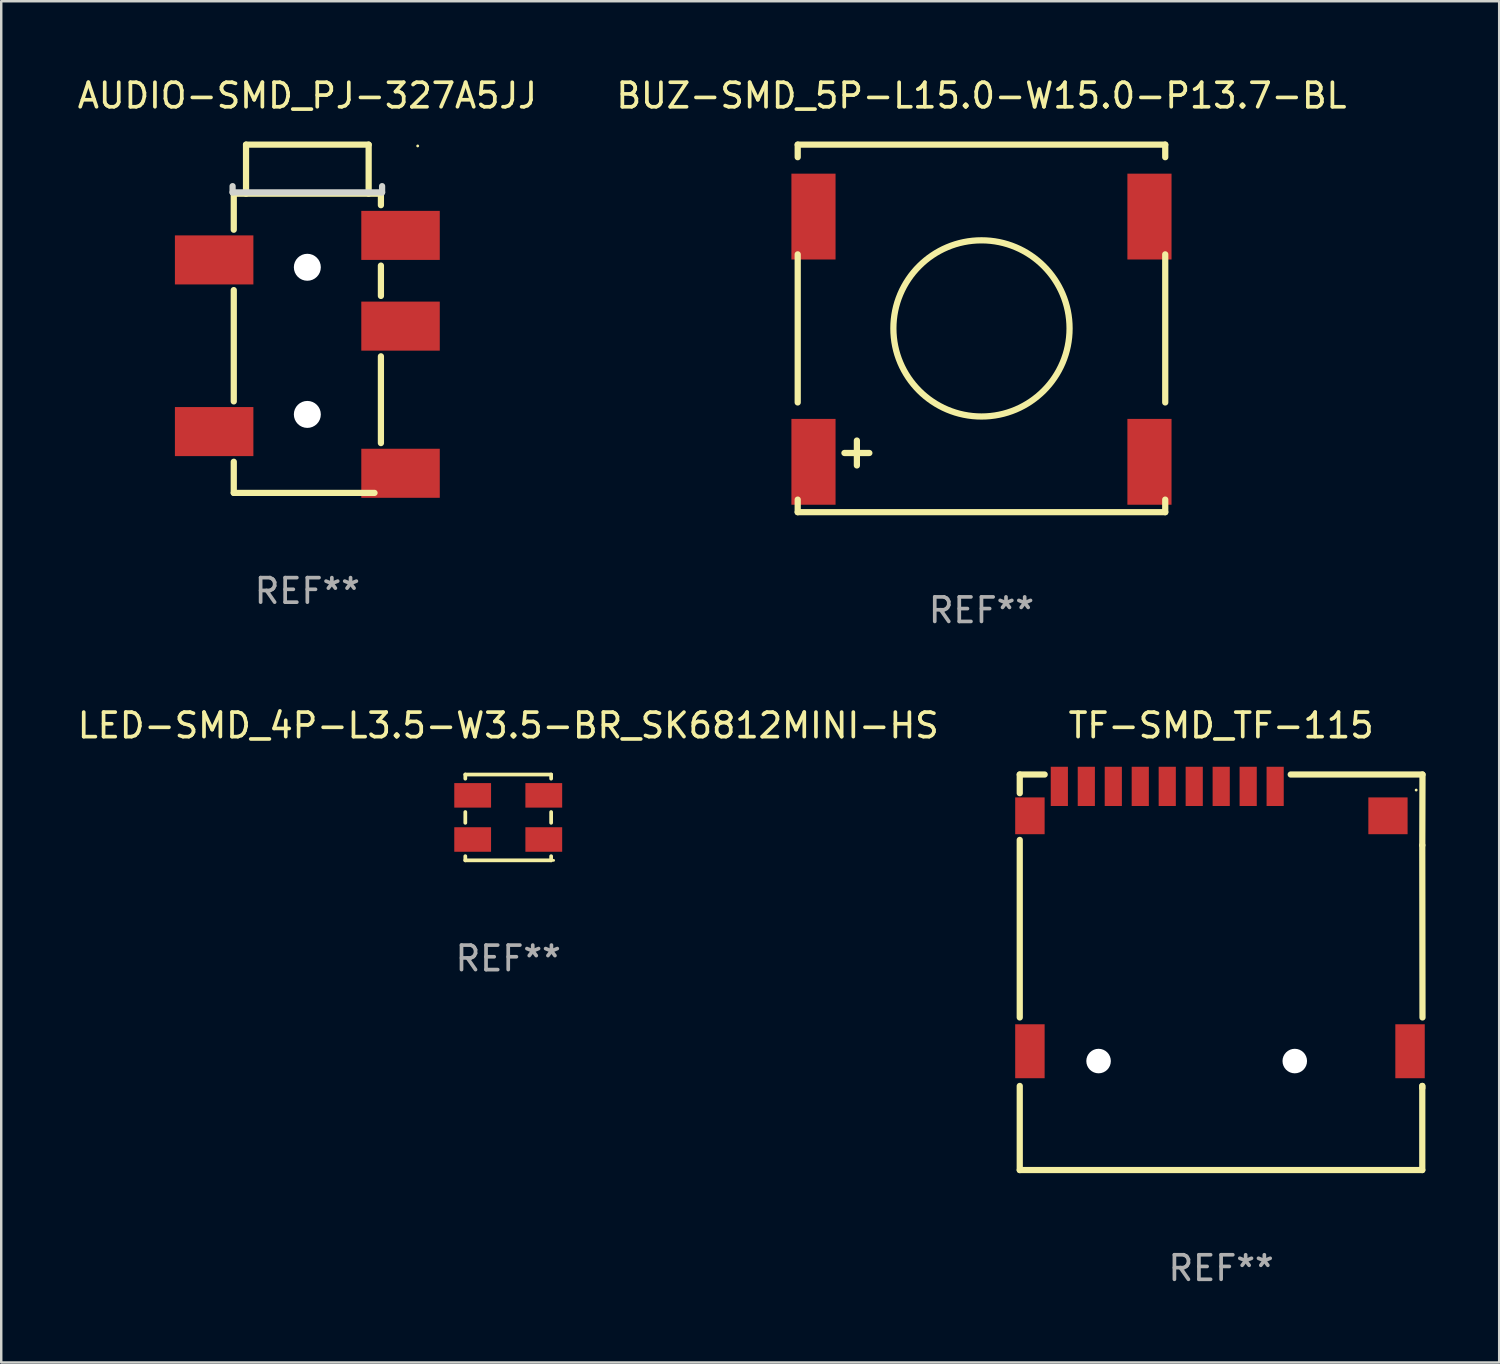
<source format=kicad_pcb>
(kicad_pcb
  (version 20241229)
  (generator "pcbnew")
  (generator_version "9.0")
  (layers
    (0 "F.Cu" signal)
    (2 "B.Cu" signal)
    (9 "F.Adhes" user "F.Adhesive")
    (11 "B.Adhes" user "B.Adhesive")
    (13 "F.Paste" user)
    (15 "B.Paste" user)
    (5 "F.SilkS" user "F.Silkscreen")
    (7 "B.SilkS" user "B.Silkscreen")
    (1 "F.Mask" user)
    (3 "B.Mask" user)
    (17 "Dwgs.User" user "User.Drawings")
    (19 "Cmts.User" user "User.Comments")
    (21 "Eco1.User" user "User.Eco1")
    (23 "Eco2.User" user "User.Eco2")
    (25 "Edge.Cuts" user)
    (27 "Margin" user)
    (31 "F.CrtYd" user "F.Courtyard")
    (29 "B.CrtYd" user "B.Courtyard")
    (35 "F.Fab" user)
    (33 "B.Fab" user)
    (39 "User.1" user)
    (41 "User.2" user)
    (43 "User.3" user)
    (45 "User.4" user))
  (footprint "BUZ-SMD_5P-L15.0-W15.0-P13.7-BL"
    (layer "F.Cu")
    (at 36.97 10.781)
    (property "Reference" "BUZ-SMD_5P-L15.0-W15.0-P13.7-BL" (at 0 -9.933 0) (layer "F.SilkS") (effects (font (size 1 1) (thickness 0.15))))
    (attr smd)
    (fp_line (start -7.493 -7.933) (end 7.493 -7.933) (stroke (width 0.254) (type solid)) (layer "F.SilkS"))
    (fp_line (start -7.493 -7.421) (end -7.493 -7.933) (stroke (width 0.254) (type solid)) (layer "F.SilkS"))
    (fp_line (start -7.493 2.579) (end -7.493 -3.459) (stroke (width 0.254) (type solid)) (layer "F.SilkS"))
    (fp_line (start -7.493 7.053) (end -7.493 6.541) (stroke (width 0.254) (type solid)) (layer "F.SilkS"))
    (fp_line (start -5.588 4.64) (end -4.572 4.64) (stroke (width 0.254) (type solid)) (layer "F.SilkS"))
    (fp_line (start -5.08 4.132) (end -5.08 5.148) (stroke (width 0.254) (type solid)) (layer "F.SilkS"))
    (fp_line (start 7.493 -7.933) (end 7.493 -7.421) (stroke (width 0.254) (type solid)) (layer "F.SilkS"))
    (fp_line (start 7.493 -3.459) (end 7.493 2.579) (stroke (width 0.254) (type solid)) (layer "F.SilkS"))
    (fp_line (start 7.493 6.541) (end 7.493 7.053) (stroke (width 0.254) (type solid)) (layer "F.SilkS"))
    (fp_line (start 7.493 7.053) (end -7.493 7.053) (stroke (width 0.254) (type solid)) (layer "F.SilkS"))
    (fp_circle (center -7.5 7.06) (end -7.47 7.06) (stroke (width 0.06) (type solid)) (fill no) (layer "F.SilkS"))
    (fp_circle (center 0.000127 -0.44) (end 3.592 -0.44) (stroke (width 0.254) (type solid)) (fill no) (layer "F.SilkS"))
    (fp_text user "REF**" (at 0 11.053 0) (layer "F.Fab") (effects (font (size 1 1) (thickness 0.15))))
    (pad "1" smd rect (at -6.85 5) (size 1.8 3.5) (layers "F.Cu" "F.Mask" "F.Paste"))
    (pad "2" smd rect (at 6.85 5) (size 1.8 3.5) (layers "F.Cu" "F.Mask" "F.Paste"))
    (pad "3" smd rect (at 6.85 -5) (size 1.8 3.5) (layers "F.Cu" "F.Mask" "F.Paste"))
    (pad "4" smd rect (at -6.85 -5) (size 1.8 3.5) (layers "F.Cu" "F.Mask" "F.Paste")))
  (footprint "LED-SMD_4P-L3.5-W3.5-BR_SK6812MINI-HS"
    (layer "F.Cu")
    (at 17.673 30.281)
    (property "Reference" "LED-SMD_4P-L3.5-W3.5-BR_SK6812MINI-HS" (at 0.000064 -3.75 0) (layer "F.SilkS") (effects (font (size 1 1) (thickness 0.15))))
    (attr smd)
    (fp_line (start -1.75 -1.58) (end -1.75 -1.75) (stroke (width 0.152) (type solid)) (layer "F.SilkS"))
    (fp_line (start -1.75 0.22) (end -1.75 -0.22) (stroke (width 0.152) (type solid)) (layer "F.SilkS"))
    (fp_line (start -1.75 1.75) (end -1.75 1.58) (stroke (width 0.152) (type solid)) (layer "F.SilkS"))
    (fp_line (start 1.75 -1.75) (end -1.75 -1.75) (stroke (width 0.152) (type solid)) (layer "F.SilkS"))
    (fp_line (start 1.75 -1.58) (end 1.75 -1.75) (stroke (width 0.152) (type solid)) (layer "F.SilkS"))
    (fp_line (start 1.75 0.22) (end 1.75 -0.22) (stroke (width 0.152) (type solid)) (layer "F.SilkS"))
    (fp_line (start 1.75 1.75) (end -1.75 1.75) (stroke (width 0.152) (type solid)) (layer "F.SilkS"))
    (fp_line (start 1.75 1.75) (end 1.75 1.58) (stroke (width 0.152) (type solid)) (layer "F.SilkS"))
    (fp_circle (center 1.85 1.75) (end 1.88 1.75) (stroke (width 0.06) (type solid)) (fill no) (layer "F.SilkS"))
    (fp_text user "REF**" (at 0.000064 5.75 0) (layer "F.Fab") (effects (font (size 1 1) (thickness 0.15))))
    (pad "1" smd rect (at 1.45 0.9 180) (size 1.5 1) (layers "F.Cu" "F.Mask" "F.Paste"))
    (pad "2" smd rect (at 1.45 -0.9 180) (size 1.5 1) (layers "F.Cu" "F.Mask" "F.Paste"))
    (pad "3" smd rect (at -1.45 -0.9 180) (size 1.5 1) (layers "F.Cu" "F.Mask" "F.Paste"))
    (pad "4" smd rect (at -1.45 0.9 180) (size 1.5 1) (layers "F.Cu" "F.Mask" "F.Paste")))
  (footprint "TF-SMD_TF-115"
    (layer "F.Cu")
    (at 46.695 34.415)
    (property "Reference" "TF-SMD_TF-115" (at 0.047 -7.884 0) (layer "F.SilkS") (effects (font (size 1 1) (thickness 0.15))))
    (attr smd)
    (fp_line (start -8.164 -5.884) (end -7.148 -5.884) (stroke (width 0.254) (type solid)) (layer "F.SilkS"))
    (fp_line (start -8.164 -5.122) (end -8.164 -5.884) (stroke (width 0.254) (type solid)) (layer "F.SilkS"))
    (fp_line (start -8.164 -3.217) (end -8.164 4.022) (stroke (width 0.254) (type solid)) (layer "F.SilkS"))
    (fp_line (start -8.164 6.815) (end -8.164 10.244) (stroke (width 0.254) (type solid)) (layer "F.SilkS"))
    (fp_line (start -8.164 10.244) (end 8.249 10.244) (stroke (width 0.254) (type solid)) (layer "F.SilkS"))
    (fp_line (start 2.885 -5.884) (end 8.258 -5.884) (stroke (width 0.254) (type solid)) (layer "F.SilkS"))
    (fp_line (start 8.249 -3) (end 8.258 4.022) (stroke (width 0.254) (type solid)) (layer "F.SilkS"))
    (fp_line (start 8.249 6.815) (end 8.25 6.9) (stroke (width 0.254) (type solid)) (layer "F.SilkS"))
    (fp_line (start 8.249 10.244) (end 8.249 6.815) (stroke (width 0.254) (type solid)) (layer "F.SilkS"))
    (fp_line (start 8.258 -5.884) (end 8.25 -3) (stroke (width 0.254) (type solid)) (layer "F.SilkS"))
    (fp_circle (center 8 -5.25) (end 8.03 -5.25) (stroke (width 0.06) (type solid)) (fill no) (layer "F.SilkS"))
    (fp_circle (center -4.95 5.8) (end -4.75 5.8) (stroke (width 0.4) (type solid)) (fill no) (layer "F.Fab"))
    (fp_circle (center 3.05 5.8) (end 3.25 5.8) (stroke (width 0.4) (type solid)) (fill no) (layer "F.Fab"))
    (fp_text user "REF**" (at 0.047 14.244 0) (layer "F.Fab") (effects (font (size 1 1) (thickness 0.15))))
    (pad "" np_thru_hole circle (at -4.95 5.8) (size 1 1) (drill 1) (layers "*.Cu" "*.Mask"))
    (pad "" np_thru_hole circle (at 3.05 5.8) (size 1 1) (drill 1) (layers "*.Cu" "*.Mask"))
    (pad "1" smd rect (at 2.25 -5.4) (size 0.7 1.6) (layers "F.Cu" "F.Mask" "F.Paste"))
    (pad "2" smd rect (at 1.15 -5.4) (size 0.7 1.6) (layers "F.Cu" "F.Mask" "F.Paste"))
    (pad "3" smd rect (at 0.05 -5.4) (size 0.7 1.6) (layers "F.Cu" "F.Mask" "F.Paste"))
    (pad "4" smd rect (at -1.05 -5.4) (size 0.7 1.6) (layers "F.Cu" "F.Mask" "F.Paste"))
    (pad "5" smd rect (at -2.15 -5.4) (size 0.7 1.6) (layers "F.Cu" "F.Mask" "F.Paste"))
    (pad "6" smd rect (at -3.25 -5.4) (size 0.7 1.6) (layers "F.Cu" "F.Mask" "F.Paste"))
    (pad "7" smd rect (at -4.35 -5.4) (size 0.7 1.6) (layers "F.Cu" "F.Mask" "F.Paste"))
    (pad "8" smd rect (at -5.45 -5.4) (size 0.7 1.6) (layers "F.Cu" "F.Mask" "F.Paste"))
    (pad "9" smd rect (at -6.55 -5.4) (size 0.7 1.6) (layers "F.Cu" "F.Mask" "F.Paste"))
    (pad "10" smd rect (at -7.75 -4.2) (size 1.2 1.5) (layers "F.Cu" "F.Mask" "F.Paste"))
    (pad "11" smd rect (at -7.75 5.4) (size 1.2 2.2) (layers "F.Cu" "F.Mask" "F.Paste"))
    (pad "12" smd rect (at 7.75 5.4) (size 1.2 2.2) (layers "F.Cu" "F.Mask" "F.Paste"))
    (pad "13" smd rect (at 6.85 -4.2) (size 1.6 1.5) (layers "F.Cu" "F.Mask" "F.Paste")))
  (footprint "AUDIO-SMD_PJ-327A5JJ"
    (layer "F.Cu")
    (at 9.482 11.398)
    (property "Reference" "AUDIO-SMD_PJ-327A5JJ" (at 0 -10.55 0) (layer "F.SilkS") (effects (font (size 1 1) (thickness 0.15))))
    (attr smd)
    (fp_line (start -3 -6.55) (end -3 -5.081) (stroke (width 0.254) (type solid)) (layer "F.SilkS"))
    (fp_line (start -3 -2.619) (end -3 1.919) (stroke (width 0.254) (type solid)) (layer "F.SilkS"))
    (fp_line (start -3 4.381) (end -3 5.65) (stroke (width 0.254) (type solid)) (layer "F.SilkS"))
    (fp_line (start -3 5.65) (end 2.739 5.65) (stroke (width 0.254) (type solid)) (layer "F.SilkS"))
    (fp_line (start -2.5 -6.55) (end -2.5 -8.55) (stroke (width 0.254) (type solid)) (layer "F.SilkS"))
    (fp_line (start 2.5 -8.55) (end -2.5 -8.55) (stroke (width 0.254) (type solid)) (layer "F.SilkS"))
    (fp_line (start 2.5 -6.55) (end 2.5 -8.55) (stroke (width 0.254) (type solid)) (layer "F.SilkS"))
    (fp_line (start 3 -6.55) (end -3 -6.55) (stroke (width 0.254) (type solid)) (layer "F.SilkS"))
    (fp_line (start 3 -6.55) (end 3 -6.081) (stroke (width 0.254) (type solid)) (layer "F.SilkS"))
    (fp_line (start 3 -3.619) (end 3 -2.381) (stroke (width 0.254) (type solid)) (layer "F.SilkS"))
    (fp_line (start 3 0.081) (end 3 3.619) (stroke (width 0.254) (type solid)) (layer "F.SilkS"))
    (fp_circle (center 4.5 -8.497) (end 4.53 -8.497) (stroke (width 0.06) (type solid)) (fill no) (layer "F.SilkS"))
    (fp_line (start -3.048 -6.858) (end -3.048 -6.604) (stroke (width 0.254) (type solid)) (layer "Edge.Cuts"))
    (fp_line (start -3.048 -6.604) (end 3.048 -6.604) (stroke (width 0.254) (type solid)) (layer "Edge.Cuts"))
    (fp_line (start 3.048 -6.604) (end 3.048 -6.858) (stroke (width 0.254) (type solid)) (layer "Edge.Cuts"))
    (fp_text user "REF**" (at 0 9.65 0) (layer "F.Fab") (effects (font (size 1 1) (thickness 0.15))))
    (pad "" np_thru_hole circle (at -0.000127 -3.55) (size 1.1 1.1) (drill 1.1) (layers "*.Cu" "*.Mask"))
    (pad "" np_thru_hole circle (at -0.000127 2.45) (size 1.1 1.1) (drill 1.1) (layers "*.Cu" "*.Mask"))
    (pad "1" smd rect (at 3.8 -4.85 270) (size 2 3.2) (layers "F.Cu" "F.Mask" "F.Paste"))
    (pad "2" smd rect (at -3.8 -3.85 270) (size 2 3.2) (layers "F.Cu" "F.Mask" "F.Paste"))
    (pad "3" smd rect (at 3.8 -1.15 270) (size 2 3.2) (layers "F.Cu" "F.Mask" "F.Paste"))
    (pad "4" smd rect (at -3.8 3.15 270) (size 2 3.2) (layers "F.Cu" "F.Mask" "F.Paste"))
    (pad "5" smd rect (at 3.8 4.85 270) (size 2 3.2) (layers "F.Cu" "F.Mask" "F.Paste")))
  (gr_rect
    (start -3 -3)
    (end 58.08 52.507)
    (stroke (width 0.1) (type default))
    (fill no)
    (layer "Edge.Cuts")))
</source>
